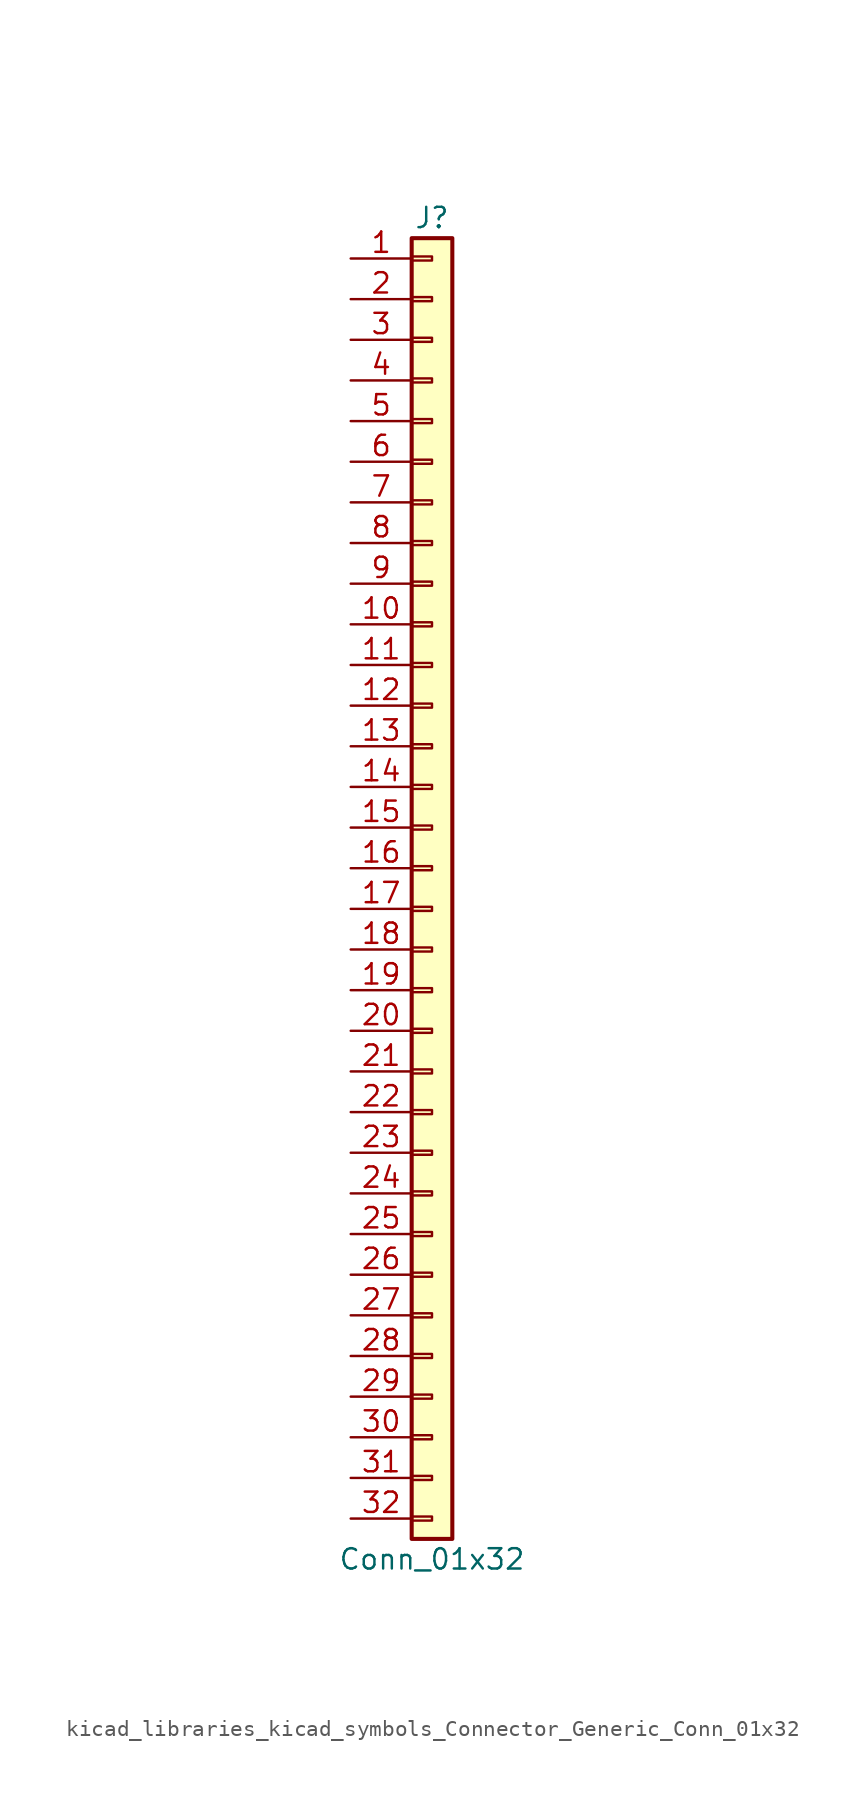
<source format=kicad_sym>
(kicad_symbol_lib
  (version 20220914)
  (generator kicad_symbol_editor)
  (symbol "kicad_libraries_kicad_symbols_Connector_Generic_Conn_01x32"
    (pin_names
      (offset 1.016) hide)
    (property "Reference" "J"
      (at 0 40.64 0)
      (effects (font (size 1.27 1.27))))
    (property "Value" "Conn_01x32"
      (at 0 -43.18 0)
      (effects (font (size 1.27 1.27))))
    (symbol "kicad_libraries_kicad_symbols_Connector_Generic_Conn_01x32_1_1"
      (rectangle (start -1.27 -40.513) (end 0 -40.767) (stroke (width 0.152) (type default)) (fill (type none)))
      (rectangle (start -1.27 -37.973) (end 0 -38.227) (stroke (width 0.152) (type default)) (fill (type none)))
      (rectangle (start -1.27 -35.433) (end 0 -35.687) (stroke (width 0.152) (type default)) (fill (type none)))
      (rectangle (start -1.27 -32.893) (end 0 -33.147) (stroke (width 0.152) (type default)) (fill (type none)))
      (rectangle (start -1.27 -30.353) (end 0 -30.607) (stroke (width 0.152) (type default)) (fill (type none)))
      (rectangle (start -1.27 -27.813) (end 0 -28.067) (stroke (width 0.152) (type default)) (fill (type none)))
      (rectangle (start -1.27 -25.273) (end 0 -25.527) (stroke (width 0.152) (type default)) (fill (type none)))
      (rectangle (start -1.27 -22.733) (end 0 -22.987) (stroke (width 0.152) (type default)) (fill (type none)))
      (rectangle (start -1.27 -20.193) (end 0 -20.447) (stroke (width 0.152) (type default)) (fill (type none)))
      (rectangle (start -1.27 -17.653) (end 0 -17.907) (stroke (width 0.152) (type default)) (fill (type none)))
      (rectangle (start -1.27 -15.113) (end 0 -15.367) (stroke (width 0.152) (type default)) (fill (type none)))
      (rectangle (start -1.27 -12.573) (end 0 -12.827) (stroke (width 0.152) (type default)) (fill (type none)))
      (rectangle (start -1.27 -10.033) (end 0 -10.287) (stroke (width 0.152) (type default)) (fill (type none)))
      (rectangle (start -1.27 -7.493) (end 0 -7.747) (stroke (width 0.152) (type default)) (fill (type none)))
      (rectangle (start -1.27 -4.953) (end 0 -5.207) (stroke (width 0.152) (type default)) (fill (type none)))
      (rectangle (start -1.27 -2.413) (end 0 -2.667) (stroke (width 0.152) (type default)) (fill (type none)))
      (rectangle (start -1.27 0.127) (end 0 -0.127) (stroke (width 0.152) (type default)) (fill (type none)))
      (rectangle (start -1.27 2.667) (end 0 2.413) (stroke (width 0.152) (type default)) (fill (type none)))
      (rectangle (start -1.27 5.207) (end 0 4.953) (stroke (width 0.152) (type default)) (fill (type none)))
      (rectangle (start -1.27 7.747) (end 0 7.493) (stroke (width 0.152) (type default)) (fill (type none)))
      (rectangle (start -1.27 10.287) (end 0 10.033) (stroke (width 0.152) (type default)) (fill (type none)))
      (rectangle (start -1.27 12.827) (end 0 12.573) (stroke (width 0.152) (type default)) (fill (type none)))
      (rectangle (start -1.27 15.367) (end 0 15.113) (stroke (width 0.152) (type default)) (fill (type none)))
      (rectangle (start -1.27 17.907) (end 0 17.653) (stroke (width 0.152) (type default)) (fill (type none)))
      (rectangle (start -1.27 20.447) (end 0 20.193) (stroke (width 0.152) (type default)) (fill (type none)))
      (rectangle (start -1.27 22.987) (end 0 22.733) (stroke (width 0.152) (type default)) (fill (type none)))
      (rectangle (start -1.27 25.527) (end 0 25.273) (stroke (width 0.152) (type default)) (fill (type none)))
      (rectangle (start -1.27 28.067) (end 0 27.813) (stroke (width 0.152) (type default)) (fill (type none)))
      (rectangle (start -1.27 30.607) (end 0 30.353) (stroke (width 0.152) (type default)) (fill (type none)))
      (rectangle (start -1.27 33.147) (end 0 32.893) (stroke (width 0.152) (type default)) (fill (type none)))
      (rectangle (start -1.27 35.687) (end 0 35.433) (stroke (width 0.152) (type default)) (fill (type none)))
      (rectangle (start -1.27 38.227) (end 0 37.973) (stroke (width 0.152) (type default)) (fill (type none)))
      (rectangle (start -1.27 39.37) (end 1.27 -41.91) (stroke (width 0.254) (type default)) (fill (type background)))
      (pin passive line (at -5.08 38.1 0) (length 3.81) (name "Pin_1" (effects (font (size 1.27 1.27)))) (number "1" (effects (font (size 1.27 1.27)))))
      (pin passive line (at -5.08 15.24 0) (length 3.81) (name "Pin_10" (effects (font (size 1.27 1.27)))) (number "10" (effects (font (size 1.27 1.27)))))
      (pin passive line (at -5.08 12.7 0) (length 3.81) (name "Pin_11" (effects (font (size 1.27 1.27)))) (number "11" (effects (font (size 1.27 1.27)))))
      (pin passive line (at -5.08 10.16 0) (length 3.81) (name "Pin_12" (effects (font (size 1.27 1.27)))) (number "12" (effects (font (size 1.27 1.27)))))
      (pin passive line (at -5.08 7.62 0) (length 3.81) (name "Pin_13" (effects (font (size 1.27 1.27)))) (number "13" (effects (font (size 1.27 1.27)))))
      (pin passive line (at -5.08 5.08 0) (length 3.81) (name "Pin_14" (effects (font (size 1.27 1.27)))) (number "14" (effects (font (size 1.27 1.27)))))
      (pin passive line (at -5.08 2.54 0) (length 3.81) (name "Pin_15" (effects (font (size 1.27 1.27)))) (number "15" (effects (font (size 1.27 1.27)))))
      (pin passive line (at -5.08 0 0) (length 3.81) (name "Pin_16" (effects (font (size 1.27 1.27)))) (number "16" (effects (font (size 1.27 1.27)))))
      (pin passive line (at -5.08 -2.54 0) (length 3.81) (name "Pin_17" (effects (font (size 1.27 1.27)))) (number "17" (effects (font (size 1.27 1.27)))))
      (pin passive line (at -5.08 -5.08 0) (length 3.81) (name "Pin_18" (effects (font (size 1.27 1.27)))) (number "18" (effects (font (size 1.27 1.27)))))
      (pin passive line (at -5.08 -7.62 0) (length 3.81) (name "Pin_19" (effects (font (size 1.27 1.27)))) (number "19" (effects (font (size 1.27 1.27)))))
      (pin passive line (at -5.08 35.56 0) (length 3.81) (name "Pin_2" (effects (font (size 1.27 1.27)))) (number "2" (effects (font (size 1.27 1.27)))))
      (pin passive line (at -5.08 -10.16 0) (length 3.81) (name "Pin_20" (effects (font (size 1.27 1.27)))) (number "20" (effects (font (size 1.27 1.27)))))
      (pin passive line (at -5.08 -12.7 0) (length 3.81) (name "Pin_21" (effects (font (size 1.27 1.27)))) (number "21" (effects (font (size 1.27 1.27)))))
      (pin passive line (at -5.08 -15.24 0) (length 3.81) (name "Pin_22" (effects (font (size 1.27 1.27)))) (number "22" (effects (font (size 1.27 1.27)))))
      (pin passive line (at -5.08 -17.78 0) (length 3.81) (name "Pin_23" (effects (font (size 1.27 1.27)))) (number "23" (effects (font (size 1.27 1.27)))))
      (pin passive line (at -5.08 -20.32 0) (length 3.81) (name "Pin_24" (effects (font (size 1.27 1.27)))) (number "24" (effects (font (size 1.27 1.27)))))
      (pin passive line (at -5.08 -22.86 0) (length 3.81) (name "Pin_25" (effects (font (size 1.27 1.27)))) (number "25" (effects (font (size 1.27 1.27)))))
      (pin passive line (at -5.08 -25.4 0) (length 3.81) (name "Pin_26" (effects (font (size 1.27 1.27)))) (number "26" (effects (font (size 1.27 1.27)))))
      (pin passive line (at -5.08 -27.94 0) (length 3.81) (name "Pin_27" (effects (font (size 1.27 1.27)))) (number "27" (effects (font (size 1.27 1.27)))))
      (pin passive line (at -5.08 -30.48 0) (length 3.81) (name "Pin_28" (effects (font (size 1.27 1.27)))) (number "28" (effects (font (size 1.27 1.27)))))
      (pin passive line (at -5.08 -33.02 0) (length 3.81) (name "Pin_29" (effects (font (size 1.27 1.27)))) (number "29" (effects (font (size 1.27 1.27)))))
      (pin passive line (at -5.08 33.02 0) (length 3.81) (name "Pin_3" (effects (font (size 1.27 1.27)))) (number "3" (effects (font (size 1.27 1.27)))))
      (pin passive line (at -5.08 -35.56 0) (length 3.81) (name "Pin_30" (effects (font (size 1.27 1.27)))) (number "30" (effects (font (size 1.27 1.27)))))
      (pin passive line (at -5.08 -38.1 0) (length 3.81) (name "Pin_31" (effects (font (size 1.27 1.27)))) (number "31" (effects (font (size 1.27 1.27)))))
      (pin passive line (at -5.08 -40.64 0) (length 3.81) (name "Pin_32" (effects (font (size 1.27 1.27)))) (number "32" (effects (font (size 1.27 1.27)))))
      (pin passive line (at -5.08 30.48 0) (length 3.81) (name "Pin_4" (effects (font (size 1.27 1.27)))) (number "4" (effects (font (size 1.27 1.27)))))
      (pin passive line (at -5.08 27.94 0) (length 3.81) (name "Pin_5" (effects (font (size 1.27 1.27)))) (number "5" (effects (font (size 1.27 1.27)))))
      (pin passive line (at -5.08 25.4 0) (length 3.81) (name "Pin_6" (effects (font (size 1.27 1.27)))) (number "6" (effects (font (size 1.27 1.27)))))
      (pin passive line (at -5.08 22.86 0) (length 3.81) (name "Pin_7" (effects (font (size 1.27 1.27)))) (number "7" (effects (font (size 1.27 1.27)))))
      (pin passive line (at -5.08 20.32 0) (length 3.81) (name "Pin_8" (effects (font (size 1.27 1.27)))) (number "8" (effects (font (size 1.27 1.27)))))
      (pin passive line (at -5.08 17.78 0) (length 3.81) (name "Pin_9" (effects (font (size 1.27 1.27)))) (number "9" (effects (font (size 1.27 1.27))))))))
</source>
